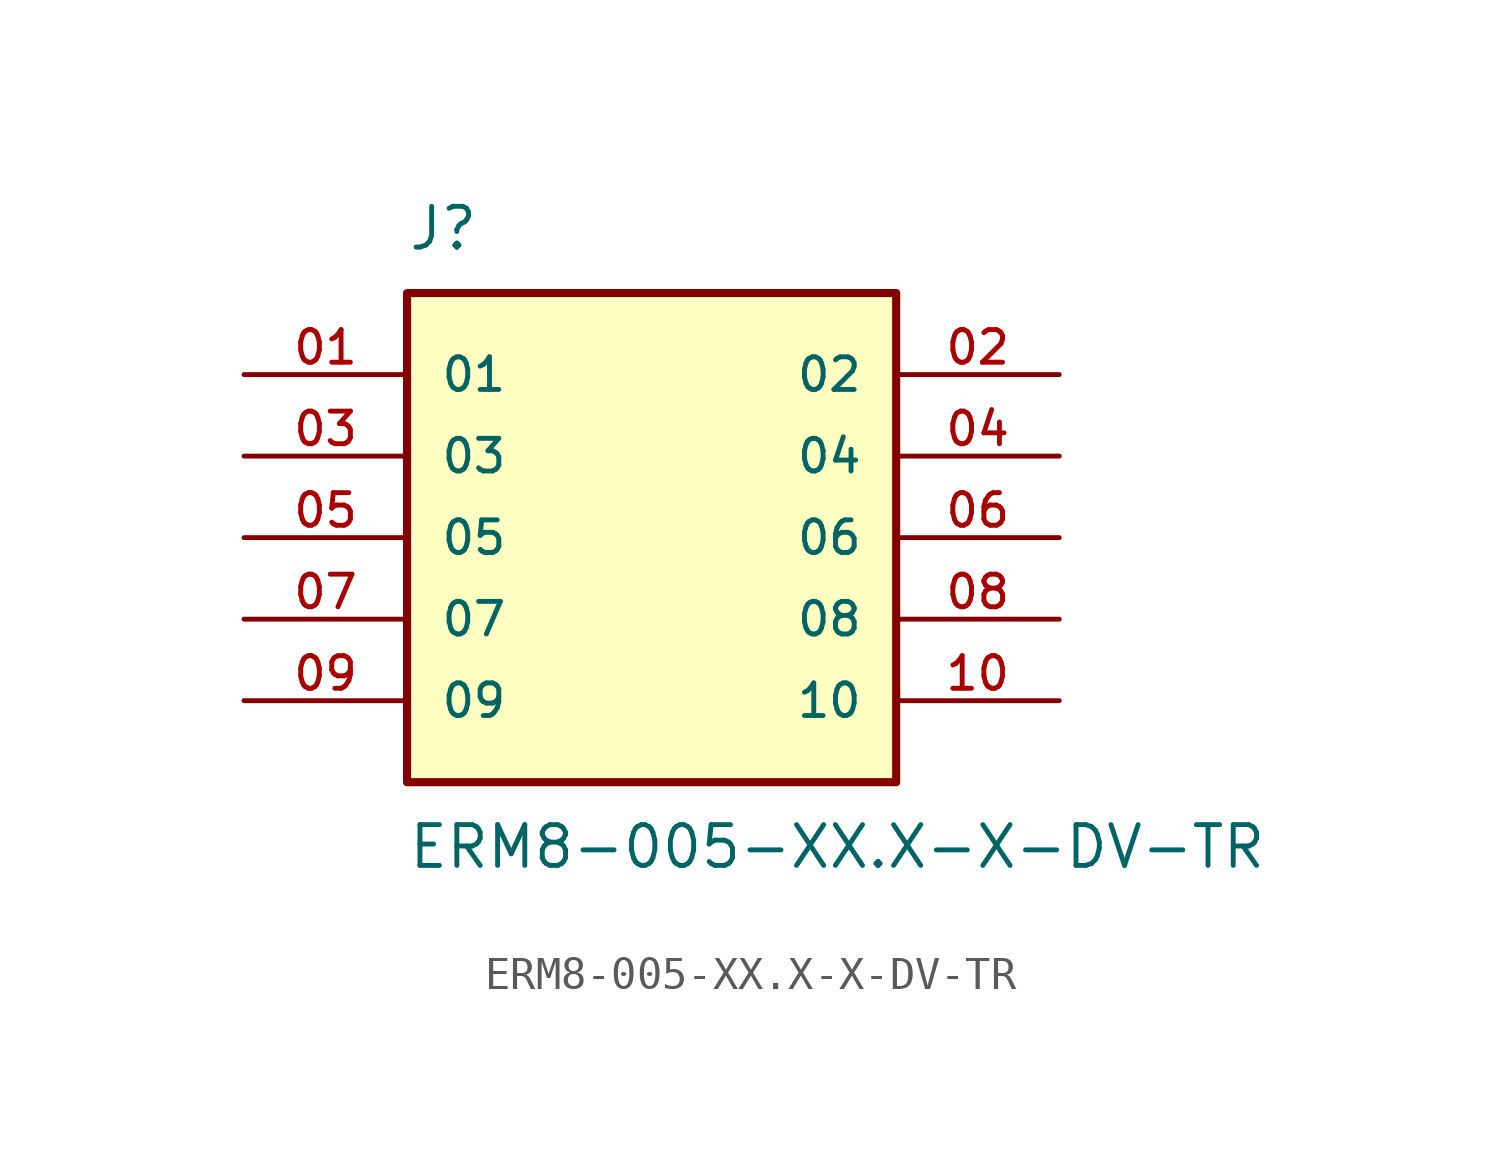
<source format=kicad_sym>
(kicad_symbol_lib
  (version 20211014)
  (generator kicad_symbol_editor)
  (symbol "ERM8-005-XX.X-X-DV-TR"
    (pin_names
      (offset 1.016))
    (property "Reference" "J"
      (at -7.62 8.89 0)
      (effects (font (size 1.27 1.27)) (justify bottom left)))
    (property "Value" "ERM8-005-XX.X-X-DV-TR"
      (at -7.62 -8.89 0)
      (effects (font (size 1.27 1.27)) (justify top left)))
    (symbol "ERM8-005-XX.X-X-DV-TR_0_0"
      (rectangle (start -7.62 -7.62) (end 7.62 7.62) (stroke (width 0.254)) (fill (type background)))
      (pin passive line (at -12.7 5.08 0) (length 5.08) (name "01" (effects (font (size 1.016 1.016)))) (number "01" (effects (font (size 1.016 1.016)))))
      (pin passive line (at 12.7 5.08 180.0) (length 5.08) (name "02" (effects (font (size 1.016 1.016)))) (number "02" (effects (font (size 1.016 1.016)))))
      (pin passive line (at -12.7 2.54 0) (length 5.08) (name "03" (effects (font (size 1.016 1.016)))) (number "03" (effects (font (size 1.016 1.016)))))
      (pin passive line (at 12.7 2.54 180.0) (length 5.08) (name "04" (effects (font (size 1.016 1.016)))) (number "04" (effects (font (size 1.016 1.016)))))
      (pin passive line (at -12.7 0.0 0) (length 5.08) (name "05" (effects (font (size 1.016 1.016)))) (number "05" (effects (font (size 1.016 1.016)))))
      (pin passive line (at 12.7 0.0 180.0) (length 5.08) (name "06" (effects (font (size 1.016 1.016)))) (number "06" (effects (font (size 1.016 1.016)))))
      (pin passive line (at -12.7 -2.54 0) (length 5.08) (name "07" (effects (font (size 1.016 1.016)))) (number "07" (effects (font (size 1.016 1.016)))))
      (pin passive line (at 12.7 -2.54 180.0) (length 5.08) (name "08" (effects (font (size 1.016 1.016)))) (number "08" (effects (font (size 1.016 1.016)))))
      (pin passive line (at -12.7 -5.08 0) (length 5.08) (name "09" (effects (font (size 1.016 1.016)))) (number "09" (effects (font (size 1.016 1.016)))))
      (pin passive line (at 12.7 -5.08 180.0) (length 5.08) (name "10" (effects (font (size 1.016 1.016)))) (number "10" (effects (font (size 1.016 1.016))))))))
</source>
